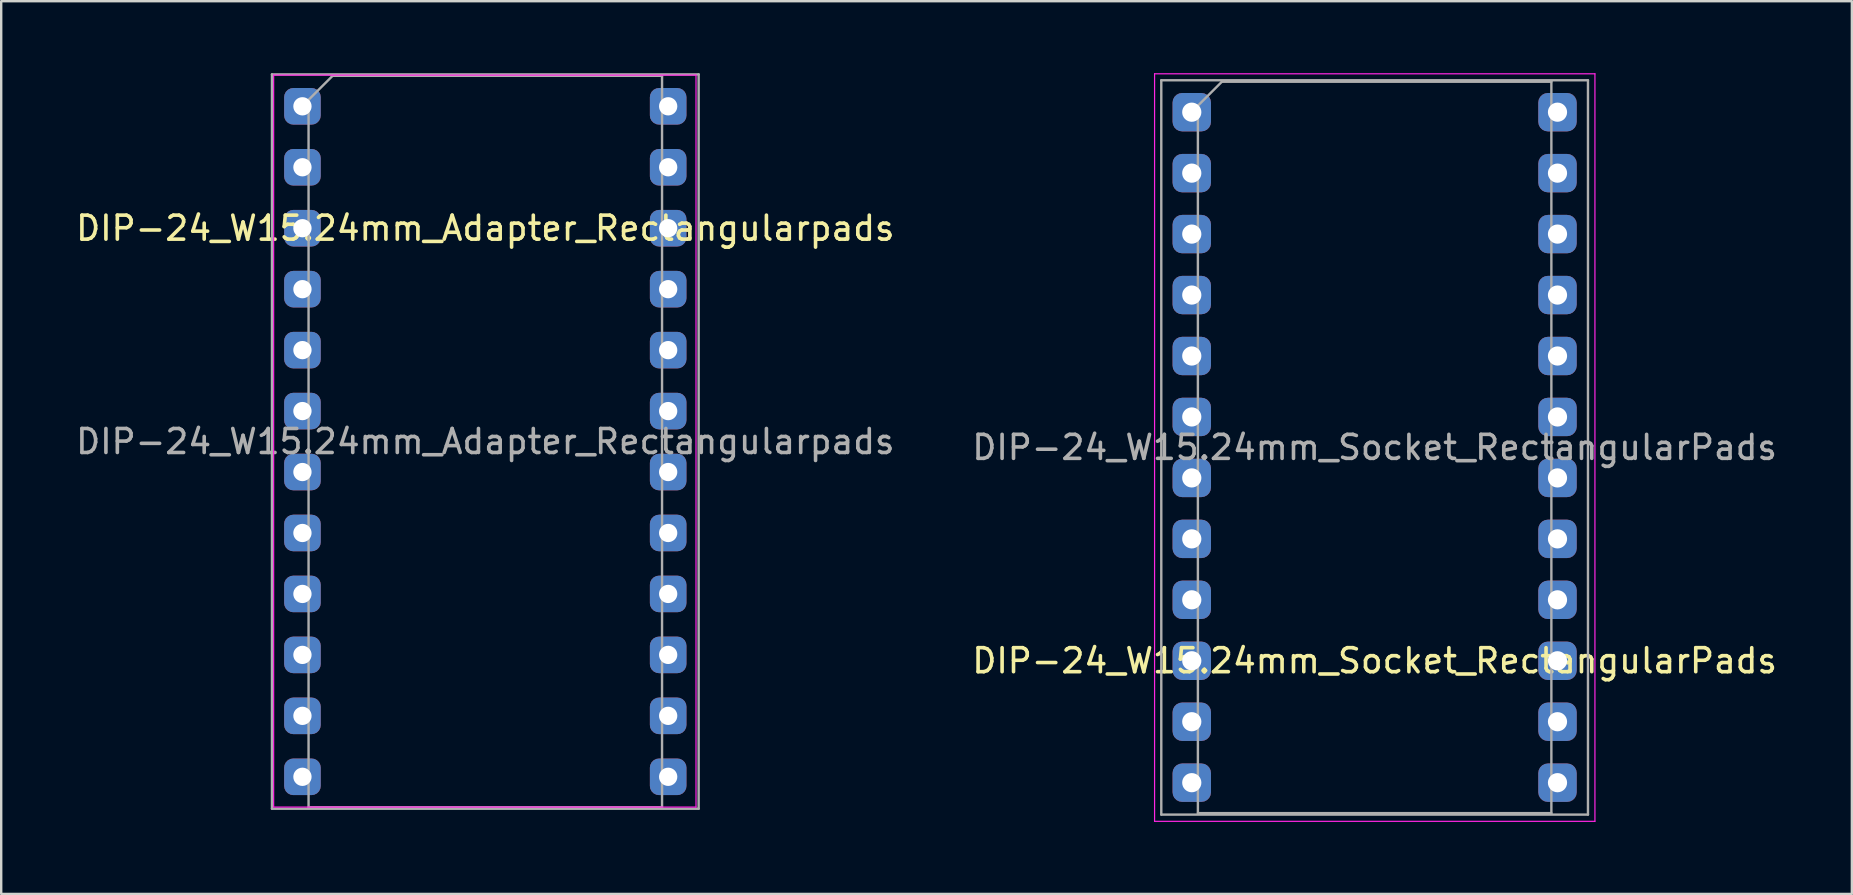
<source format=kicad_pcb>
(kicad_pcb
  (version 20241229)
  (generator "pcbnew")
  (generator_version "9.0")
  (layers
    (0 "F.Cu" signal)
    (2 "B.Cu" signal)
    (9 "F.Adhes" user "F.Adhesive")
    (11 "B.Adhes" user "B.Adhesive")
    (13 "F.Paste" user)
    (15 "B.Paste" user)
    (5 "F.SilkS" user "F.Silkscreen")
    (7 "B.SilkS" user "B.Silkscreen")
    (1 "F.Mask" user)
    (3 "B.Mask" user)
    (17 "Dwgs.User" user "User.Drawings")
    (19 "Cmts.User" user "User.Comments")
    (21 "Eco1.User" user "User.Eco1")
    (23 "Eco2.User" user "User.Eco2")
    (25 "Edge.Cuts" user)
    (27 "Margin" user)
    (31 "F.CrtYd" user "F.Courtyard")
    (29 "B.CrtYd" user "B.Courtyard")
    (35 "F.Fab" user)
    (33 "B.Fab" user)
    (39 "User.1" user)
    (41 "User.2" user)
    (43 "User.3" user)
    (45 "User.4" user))
  (footprint "DIP-24_W15.24mm_Socket_RectangularPads"
    (layer "F.Cu")
    (at 46.612 1.625)
    (property "Reference" "DIP-24_W15.24mm_Socket_RectangularPads" (at 7.62 22.86 0) (layer "F.SilkS") (effects (font (size 1 1) (thickness 0.15))))
    (attr through_hole)
    (fp_line (start -1.55 -1.6) (end -1.55 29.55) (stroke (width 0.05) (type solid)) (layer "F.CrtYd"))
    (fp_line (start -1.55 29.55) (end 16.8 29.55) (stroke (width 0.05) (type solid)) (layer "F.CrtYd"))
    (fp_line (start 16.8 -1.6) (end -1.55 -1.6) (stroke (width 0.05) (type solid)) (layer "F.CrtYd"))
    (fp_line (start 16.8 29.55) (end 16.8 -1.6) (stroke (width 0.05) (type solid)) (layer "F.CrtYd"))
    (fp_line (start -1.27 -1.33) (end -1.27 29.27) (stroke (width 0.1) (type solid)) (layer "F.Fab"))
    (fp_line (start -1.27 29.27) (end 16.51 29.27) (stroke (width 0.1) (type solid)) (layer "F.Fab"))
    (fp_line (start 0.255 -0.27) (end 1.255 -1.27) (stroke (width 0.1) (type solid)) (layer "F.Fab"))
    (fp_line (start 0.255 29.21) (end 0.255 -0.27) (stroke (width 0.1) (type solid)) (layer "F.Fab"))
    (fp_line (start 1.255 -1.27) (end 14.985 -1.27) (stroke (width 0.1) (type solid)) (layer "F.Fab"))
    (fp_line (start 14.985 -1.27) (end 14.985 29.21) (stroke (width 0.1) (type solid)) (layer "F.Fab"))
    (fp_line (start 14.985 29.21) (end 0.255 29.21) (stroke (width 0.1) (type solid)) (layer "F.Fab"))
    (fp_line (start 16.51 -1.33) (end -1.27 -1.33) (stroke (width 0.1) (type solid)) (layer "F.Fab"))
    (fp_line (start 16.51 29.27) (end 16.51 -1.33) (stroke (width 0.1) (type solid)) (layer "F.Fab"))
    (fp_text user "${REFERENCE}" (at 7.62 13.97 0) (layer "F.Fab") (effects (font (size 1 1) (thickness 0.15))))
    (pad "1" thru_hole roundrect (at 0 0) (size 1.6 1.6) (drill 0.8) (layers "*.Cu" "*.Mask") (roundrect_rratio 0.25))
    (pad "2" thru_hole roundrect (at 0 2.54) (size 1.6 1.6) (drill 0.8) (layers "*.Cu" "*.Mask") (roundrect_rratio 0.25))
    (pad "3" thru_hole roundrect (at 0 5.08) (size 1.6 1.6) (drill 0.8) (layers "*.Cu" "*.Mask") (roundrect_rratio 0.25))
    (pad "4" thru_hole roundrect (at 0 7.62) (size 1.6 1.6) (drill 0.8) (layers "*.Cu" "*.Mask") (roundrect_rratio 0.25))
    (pad "5" thru_hole roundrect (at 0 10.16) (size 1.6 1.6) (drill 0.8) (layers "*.Cu" "*.Mask") (roundrect_rratio 0.25))
    (pad "6" thru_hole roundrect (at 0 12.7) (size 1.6 1.6) (drill 0.8) (layers "*.Cu" "*.Mask") (roundrect_rratio 0.25))
    (pad "7" thru_hole roundrect (at 0 15.24) (size 1.6 1.6) (drill 0.8) (layers "*.Cu" "*.Mask") (roundrect_rratio 0.25))
    (pad "8" thru_hole roundrect (at 0 17.78) (size 1.6 1.6) (drill 0.8) (layers "*.Cu" "*.Mask") (roundrect_rratio 0.25))
    (pad "9" thru_hole roundrect (at 0 20.32) (size 1.6 1.6) (drill 0.8) (layers "*.Cu" "*.Mask") (roundrect_rratio 0.25))
    (pad "10" thru_hole roundrect (at 0 22.86) (size 1.6 1.6) (drill 0.8) (layers "*.Cu" "*.Mask") (roundrect_rratio 0.25))
    (pad "11" thru_hole roundrect (at 0 25.4) (size 1.6 1.6) (drill 0.8) (layers "*.Cu" "*.Mask") (roundrect_rratio 0.25))
    (pad "12" thru_hole roundrect (at 0 27.94) (size 1.6 1.6) (drill 0.8) (layers "*.Cu" "*.Mask") (roundrect_rratio 0.25))
    (pad "13" thru_hole roundrect (at 15.24 27.94) (size 1.6 1.6) (drill 0.8) (layers "*.Cu" "*.Mask") (roundrect_rratio 0.25))
    (pad "14" thru_hole roundrect (at 15.24 25.4) (size 1.6 1.6) (drill 0.8) (layers "*.Cu" "*.Mask") (roundrect_rratio 0.25))
    (pad "15" thru_hole roundrect (at 15.24 22.86) (size 1.6 1.6) (drill 0.8) (layers "*.Cu" "*.Mask") (roundrect_rratio 0.25))
    (pad "16" thru_hole roundrect (at 15.24 20.32) (size 1.6 1.6) (drill 0.8) (layers "*.Cu" "*.Mask") (roundrect_rratio 0.25))
    (pad "17" thru_hole roundrect (at 15.24 17.78) (size 1.6 1.6) (drill 0.8) (layers "*.Cu" "*.Mask") (roundrect_rratio 0.25))
    (pad "18" thru_hole roundrect (at 15.24 15.24) (size 1.6 1.6) (drill 0.8) (layers "*.Cu" "*.Mask") (roundrect_rratio 0.25))
    (pad "19" thru_hole roundrect (at 15.24 12.7) (size 1.6 1.6) (drill 0.8) (layers "*.Cu" "*.Mask") (roundrect_rratio 0.25))
    (pad "20" thru_hole roundrect (at 15.24 10.16) (size 1.6 1.6) (drill 0.8) (layers "*.Cu" "*.Mask") (roundrect_rratio 0.25))
    (pad "21" thru_hole roundrect (at 15.24 7.62) (size 1.6 1.6) (drill 0.8) (layers "*.Cu" "*.Mask") (roundrect_rratio 0.25))
    (pad "22" thru_hole roundrect (at 15.24 5.08) (size 1.6 1.6) (drill 0.8) (layers "*.Cu" "*.Mask") (roundrect_rratio 0.25))
    (pad "23" thru_hole roundrect (at 15.24 2.54) (size 1.6 1.6) (drill 0.8) (layers "*.Cu" "*.Mask") (roundrect_rratio 0.25))
    (pad "24" thru_hole roundrect (at 15.24 0) (size 1.6 1.6) (drill 0.8) (layers "*.Cu" "*.Mask") (roundrect_rratio 0.25)))
  (footprint "DIP-24_W15.24mm_Adapter_Rectangularpads"
    (layer "F.Cu")
    (at 9.553 1.38)
    (property "Reference" "DIP-24_W15.24mm_Adapter_Rectangularpads" (at 7.62 5.08 0) (layer "F.SilkS") (effects (font (size 1 1) (thickness 0.15))))
    (attr through_hole)
    (fp_line (start -1.2 -1.3) (end -1.2 29.2) (stroke (width 0.05) (type solid)) (layer "F.CrtYd"))
    (fp_line (start -1.2 29.2) (end 16.4 29.2) (stroke (width 0.05) (type solid)) (layer "F.CrtYd"))
    (fp_line (start 16.4 -1.3) (end -1.2 -1.3) (stroke (width 0.05) (type solid)) (layer "F.CrtYd"))
    (fp_line (start 16.4 29.2) (end 16.4 -1.3) (stroke (width 0.05) (type solid)) (layer "F.CrtYd"))
    (fp_line (start -1.27 -1.33) (end -1.27 29.27) (stroke (width 0.1) (type solid)) (layer "F.Fab"))
    (fp_line (start -1.27 29.27) (end 16.51 29.27) (stroke (width 0.1) (type solid)) (layer "F.Fab"))
    (fp_line (start 0.255 -0.27) (end 1.255 -1.27) (stroke (width 0.1) (type solid)) (layer "F.Fab"))
    (fp_line (start 0.255 29.21) (end 0.255 -0.27) (stroke (width 0.1) (type solid)) (layer "F.Fab"))
    (fp_line (start 1.255 -1.27) (end 14.985 -1.27) (stroke (width 0.1) (type solid)) (layer "F.Fab"))
    (fp_line (start 14.985 -1.27) (end 14.985 29.21) (stroke (width 0.1) (type solid)) (layer "F.Fab"))
    (fp_line (start 14.985 29.21) (end 0.255 29.21) (stroke (width 0.1) (type solid)) (layer "F.Fab"))
    (fp_line (start 16.51 -1.33) (end -1.27 -1.33) (stroke (width 0.1) (type solid)) (layer "F.Fab"))
    (fp_line (start 16.51 29.27) (end 16.51 -1.33) (stroke (width 0.1) (type solid)) (layer "F.Fab"))
    (fp_text user "${REFERENCE}" (at 7.62 13.97 0) (layer "F.Fab") (effects (font (size 1 1) (thickness 0.15))))
    (pad "1" thru_hole roundrect (at 0 0) (size 1.524 1.524) (drill 0.762) (layers "*.Cu" "*.Mask") (roundrect_rratio 0.25))
    (pad "2" thru_hole roundrect (at 0 2.54) (size 1.524 1.524) (drill 0.762) (layers "*.Cu" "*.Mask") (roundrect_rratio 0.25))
    (pad "3" thru_hole roundrect (at 0 5.08) (size 1.524 1.524) (drill 0.762) (layers "*.Cu" "*.Mask") (roundrect_rratio 0.25))
    (pad "4" thru_hole roundrect (at 0 7.62) (size 1.524 1.524) (drill 0.762) (layers "*.Cu" "*.Mask") (roundrect_rratio 0.25))
    (pad "5" thru_hole roundrect (at 0 10.16) (size 1.524 1.524) (drill 0.762) (layers "*.Cu" "*.Mask") (roundrect_rratio 0.25))
    (pad "6" thru_hole roundrect (at 0 12.7) (size 1.524 1.524) (drill 0.762) (layers "*.Cu" "*.Mask") (roundrect_rratio 0.25))
    (pad "7" thru_hole roundrect (at 0 15.24) (size 1.524 1.524) (drill 0.762) (layers "*.Cu" "*.Mask") (roundrect_rratio 0.25))
    (pad "8" thru_hole roundrect (at 0 17.78) (size 1.524 1.524) (drill 0.762) (layers "*.Cu" "*.Mask") (roundrect_rratio 0.25))
    (pad "9" thru_hole roundrect (at 0 20.32) (size 1.524 1.524) (drill 0.762) (layers "*.Cu" "*.Mask") (roundrect_rratio 0.25))
    (pad "10" thru_hole roundrect (at 0 22.86) (size 1.524 1.524) (drill 0.762) (layers "*.Cu" "*.Mask") (roundrect_rratio 0.25))
    (pad "11" thru_hole roundrect (at 0 25.4) (size 1.524 1.524) (drill 0.762) (layers "*.Cu" "*.Mask") (roundrect_rratio 0.25))
    (pad "12" thru_hole roundrect (at 0 27.94) (size 1.524 1.524) (drill 0.762) (layers "*.Cu" "*.Mask") (roundrect_rratio 0.25))
    (pad "13" thru_hole roundrect (at 15.24 27.94) (size 1.524 1.524) (drill 0.762) (layers "*.Cu" "*.Mask") (roundrect_rratio 0.25))
    (pad "14" thru_hole roundrect (at 15.24 25.4) (size 1.524 1.524) (drill 0.762) (layers "*.Cu" "*.Mask") (roundrect_rratio 0.25))
    (pad "15" thru_hole roundrect (at 15.24 22.86) (size 1.524 1.524) (drill 0.762) (layers "*.Cu" "*.Mask") (roundrect_rratio 0.25))
    (pad "16" thru_hole roundrect (at 15.24 20.32) (size 1.524 1.524) (drill 0.762) (layers "*.Cu" "*.Mask") (roundrect_rratio 0.25))
    (pad "17" thru_hole roundrect (at 15.24 17.78) (size 1.524 1.524) (drill 0.762) (layers "*.Cu" "*.Mask") (roundrect_rratio 0.25))
    (pad "18" thru_hole roundrect (at 15.24 15.24) (size 1.524 1.524) (drill 0.762) (layers "*.Cu" "*.Mask") (roundrect_rratio 0.25))
    (pad "19" thru_hole roundrect (at 15.24 12.7) (size 1.524 1.524) (drill 0.762) (layers "*.Cu" "*.Mask") (roundrect_rratio 0.25))
    (pad "20" thru_hole roundrect (at 15.24 10.16) (size 1.524 1.524) (drill 0.762) (layers "*.Cu" "*.Mask") (roundrect_rratio 0.25))
    (pad "21" thru_hole roundrect (at 15.24 7.62) (size 1.524 1.524) (drill 0.762) (layers "*.Cu" "*.Mask") (roundrect_rratio 0.25))
    (pad "22" thru_hole roundrect (at 15.24 5.08) (size 1.524 1.524) (drill 0.762) (layers "*.Cu" "*.Mask") (roundrect_rratio 0.25))
    (pad "23" thru_hole roundrect (at 15.24 2.54) (size 1.524 1.524) (drill 0.762) (layers "*.Cu" "*.Mask") (roundrect_rratio 0.25))
    (pad "24" thru_hole roundrect (at 15.24 0) (size 1.524 1.524) (drill 0.762) (layers "*.Cu" "*.Mask") (roundrect_rratio 0.25)))
  (gr_rect
    (start -3 -3)
    (end 74.119 34.2)
    (stroke (width 0.1) (type default))
    (fill no)
    (layer "Edge.Cuts")))
</source>
